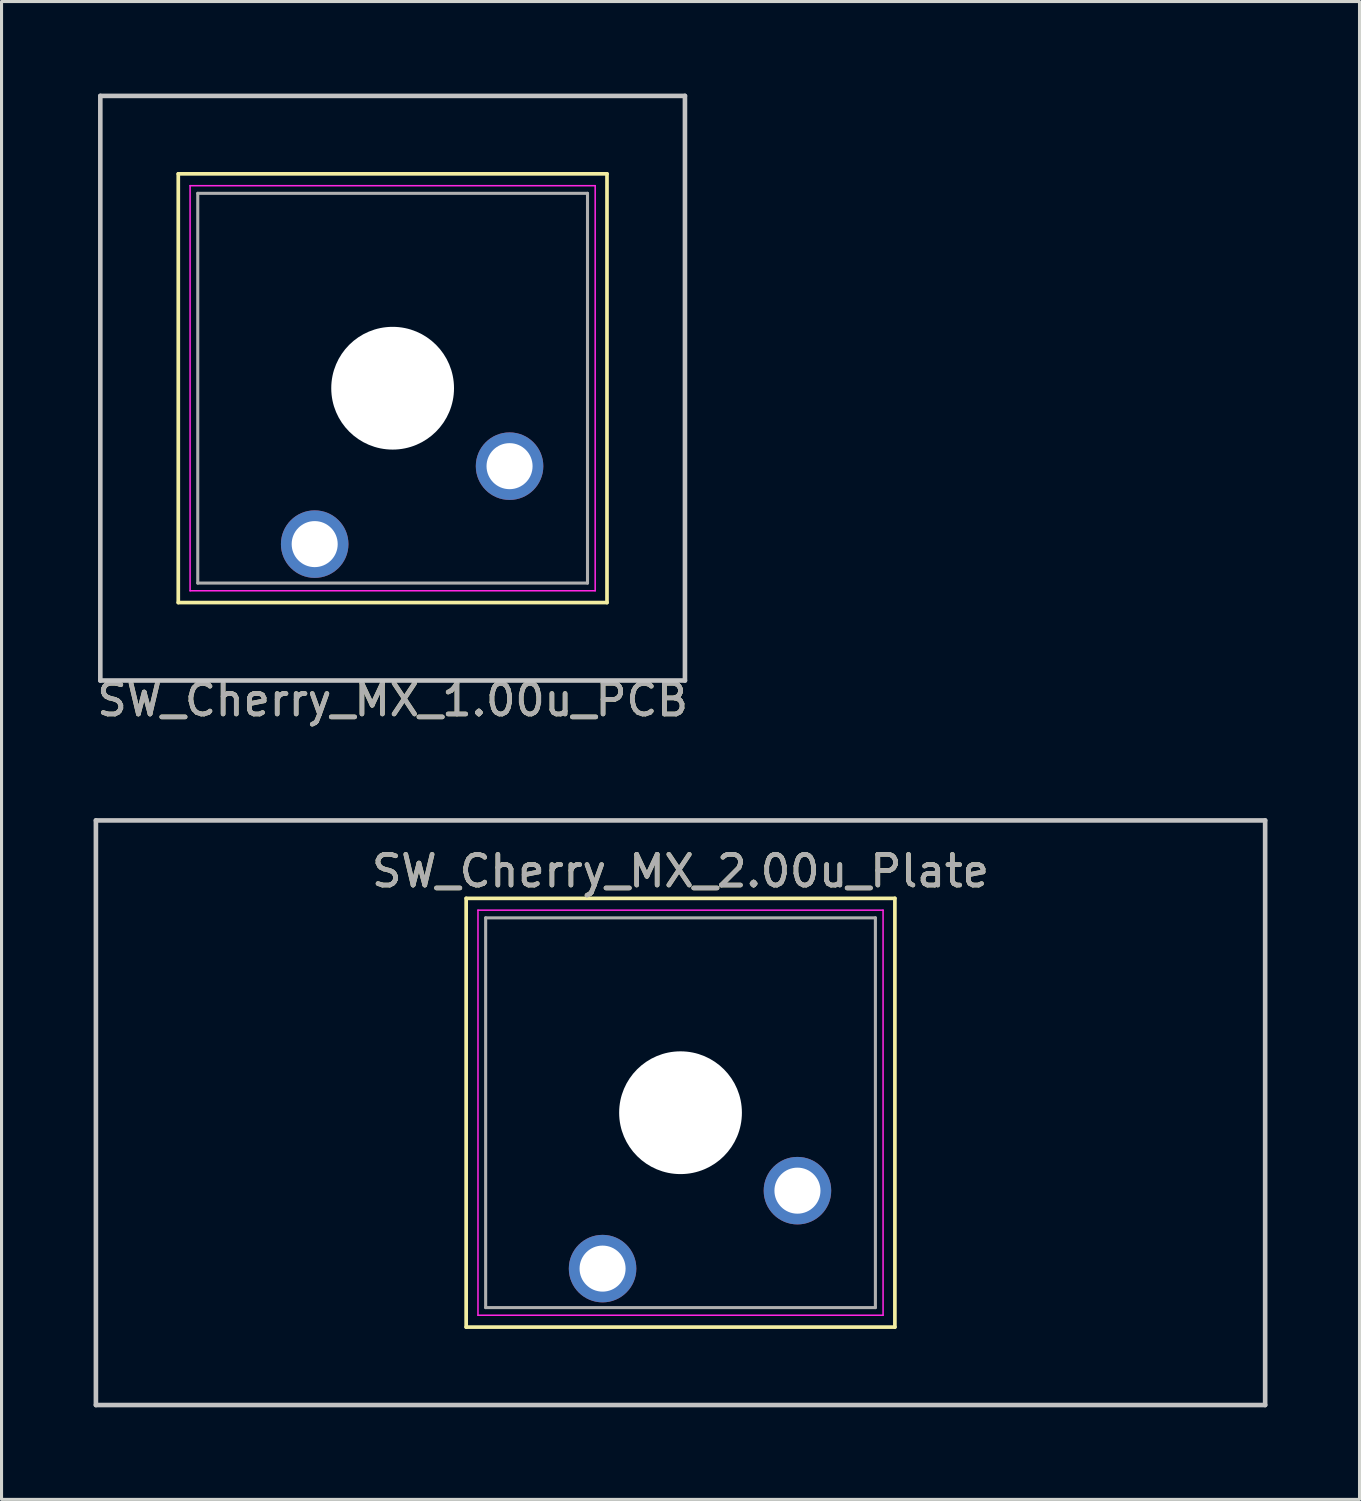
<source format=kicad_pcb>
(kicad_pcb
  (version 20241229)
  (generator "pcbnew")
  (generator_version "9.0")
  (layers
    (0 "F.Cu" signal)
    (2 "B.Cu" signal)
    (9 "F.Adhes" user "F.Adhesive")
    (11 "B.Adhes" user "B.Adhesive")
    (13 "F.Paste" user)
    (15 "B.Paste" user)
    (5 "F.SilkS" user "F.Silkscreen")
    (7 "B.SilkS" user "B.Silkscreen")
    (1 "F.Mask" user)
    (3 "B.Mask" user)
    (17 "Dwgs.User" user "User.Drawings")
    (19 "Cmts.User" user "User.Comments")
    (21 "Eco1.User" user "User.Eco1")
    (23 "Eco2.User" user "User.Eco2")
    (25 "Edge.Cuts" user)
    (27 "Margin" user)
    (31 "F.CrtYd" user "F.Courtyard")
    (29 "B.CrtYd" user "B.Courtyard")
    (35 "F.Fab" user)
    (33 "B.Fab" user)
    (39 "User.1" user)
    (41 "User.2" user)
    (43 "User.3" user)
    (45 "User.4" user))
  (footprint "SW_Cherry_MX_2.00u_Plate"
    (layer "F.Cu")
    (at 21.665 28.128)
    (property "Reference" "SW_Cherry_MX_2.00u_Plate" (at -2.54 -2.794 0) (layer "F.SilkS") (effects (font (size 1 1) (thickness 0.15))))
    (attr through_hole)
    (fp_line (start -9.525 -1.905) (end 4.445 -1.905) (stroke (width 0.12) (type solid)) (layer "F.SilkS"))
    (fp_line (start -9.525 12.065) (end -9.525 -1.905) (stroke (width 0.12) (type solid)) (layer "F.SilkS"))
    (fp_line (start 4.445 -1.905) (end 4.445 12.065) (stroke (width 0.12) (type solid)) (layer "F.SilkS"))
    (fp_line (start 4.445 12.065) (end -9.525 12.065) (stroke (width 0.12) (type solid)) (layer "F.SilkS"))
    (fp_line (start -21.59 -4.445) (end 16.51 -4.445) (stroke (width 0.15) (type solid)) (layer "Dwgs.User"))
    (fp_line (start -21.59 14.605) (end -21.59 -4.445) (stroke (width 0.15) (type solid)) (layer "Dwgs.User"))
    (fp_line (start 16.51 -4.445) (end 16.51 14.605) (stroke (width 0.15) (type solid)) (layer "Dwgs.User"))
    (fp_line (start 16.51 14.605) (end -21.59 14.605) (stroke (width 0.15) (type solid)) (layer "Dwgs.User"))
    (fp_line (start -9.14 -1.52) (end 4.06 -1.52) (stroke (width 0.05) (type solid)) (layer "F.CrtYd"))
    (fp_line (start -9.14 11.68) (end -9.14 -1.52) (stroke (width 0.05) (type solid)) (layer "F.CrtYd"))
    (fp_line (start 4.06 -1.52) (end 4.06 11.68) (stroke (width 0.05) (type solid)) (layer "F.CrtYd"))
    (fp_line (start 4.06 11.68) (end -9.14 11.68) (stroke (width 0.05) (type solid)) (layer "F.CrtYd"))
    (fp_line (start -8.89 -1.27) (end 3.81 -1.27) (stroke (width 0.1) (type solid)) (layer "F.Fab"))
    (fp_line (start -8.89 11.43) (end -8.89 -1.27) (stroke (width 0.1) (type solid)) (layer "F.Fab"))
    (fp_line (start 3.81 -1.27) (end 3.81 11.43) (stroke (width 0.1) (type solid)) (layer "F.Fab"))
    (fp_line (start 3.81 11.43) (end -8.89 11.43) (stroke (width 0.1) (type solid)) (layer "F.Fab"))
    (fp_text user "${REFERENCE}" (at -2.54 -2.794 0) (layer "F.Fab") (effects (font (size 1 1) (thickness 0.15))))
    (pad "" np_thru_hole circle (at -2.54 5.08 180) (size 4 4) (drill 4) (layers "*.Cu" "*.Mask"))
    (pad "1" thru_hole circle (at 1.27 7.62 180) (size 2.2 2.2) (drill 1.5) (layers "*.Cu" "*.Mask"))
    (pad "2" thru_hole circle (at -5.08 10.16 180) (size 2.2 2.2) (drill 1.5) (layers "*.Cu" "*.Mask")))
  (footprint "SW_Cherry_MX_1.00u_PCB"
    (layer "F.Cu")
    (at 12.284 4.52)
    (property "Reference" "SW_Cherry_MX_1.00u_PCB" (at -2.54 15.24 180) (layer "F.SilkS") (effects (font (size 1 1) (thickness 0.15))))
    (attr through_hole)
    (fp_line (start -9.525 -1.905) (end 4.445 -1.905) (stroke (width 0.12) (type solid)) (layer "F.SilkS"))
    (fp_line (start -9.525 12.065) (end -9.525 -1.905) (stroke (width 0.12) (type solid)) (layer "F.SilkS"))
    (fp_line (start 4.445 -1.905) (end 4.445 12.065) (stroke (width 0.12) (type solid)) (layer "F.SilkS"))
    (fp_line (start 4.445 12.065) (end -9.525 12.065) (stroke (width 0.12) (type solid)) (layer "F.SilkS"))
    (fp_line (start -12.065 -4.445) (end 6.985 -4.445) (stroke (width 0.15) (type solid)) (layer "Dwgs.User"))
    (fp_line (start -12.065 14.605) (end -12.065 -4.445) (stroke (width 0.15) (type solid)) (layer "Dwgs.User"))
    (fp_line (start 6.985 -4.445) (end 6.985 14.605) (stroke (width 0.15) (type solid)) (layer "Dwgs.User"))
    (fp_line (start 6.985 14.605) (end -12.065 14.605) (stroke (width 0.15) (type solid)) (layer "Dwgs.User"))
    (fp_line (start -9.14 -1.52) (end 4.06 -1.52) (stroke (width 0.05) (type solid)) (layer "F.CrtYd"))
    (fp_line (start -9.14 11.68) (end -9.14 -1.52) (stroke (width 0.05) (type solid)) (layer "F.CrtYd"))
    (fp_line (start 4.06 -1.52) (end 4.06 11.68) (stroke (width 0.05) (type solid)) (layer "F.CrtYd"))
    (fp_line (start 4.06 11.68) (end -9.14 11.68) (stroke (width 0.05) (type solid)) (layer "F.CrtYd"))
    (fp_line (start -8.89 -1.27) (end 3.81 -1.27) (stroke (width 0.1) (type solid)) (layer "F.Fab"))
    (fp_line (start -8.89 11.43) (end -8.89 -1.27) (stroke (width 0.1) (type solid)) (layer "F.Fab"))
    (fp_line (start 3.81 -1.27) (end 3.81 11.43) (stroke (width 0.1) (type solid)) (layer "F.Fab"))
    (fp_line (start 3.81 11.43) (end -8.89 11.43) (stroke (width 0.1) (type solid)) (layer "F.Fab"))
    (fp_text user "${REFERENCE}" (at -2.54 15.24 180) (layer "F.Fab") (effects (font (size 1 1) (thickness 0.15))))
    (pad "" np_thru_hole circle (at -2.54 5.08 180) (size 4 4) (drill 4) (layers "*.Cu" "*.Mask"))
    (pad "1" thru_hole circle (at 1.27 7.62 180) (size 2.2 2.2) (drill 1.5) (layers "*.Cu" "*.Mask"))
    (pad "2" thru_hole circle (at -5.08 10.16 180) (size 2.2 2.2) (drill 1.5) (layers "*.Cu" "*.Mask")))
  (gr_rect
    (start -3 -3)
    (end 41.25 45.808)
    (stroke (width 0.1) (type default))
    (fill no)
    (layer "Edge.Cuts")))
</source>
